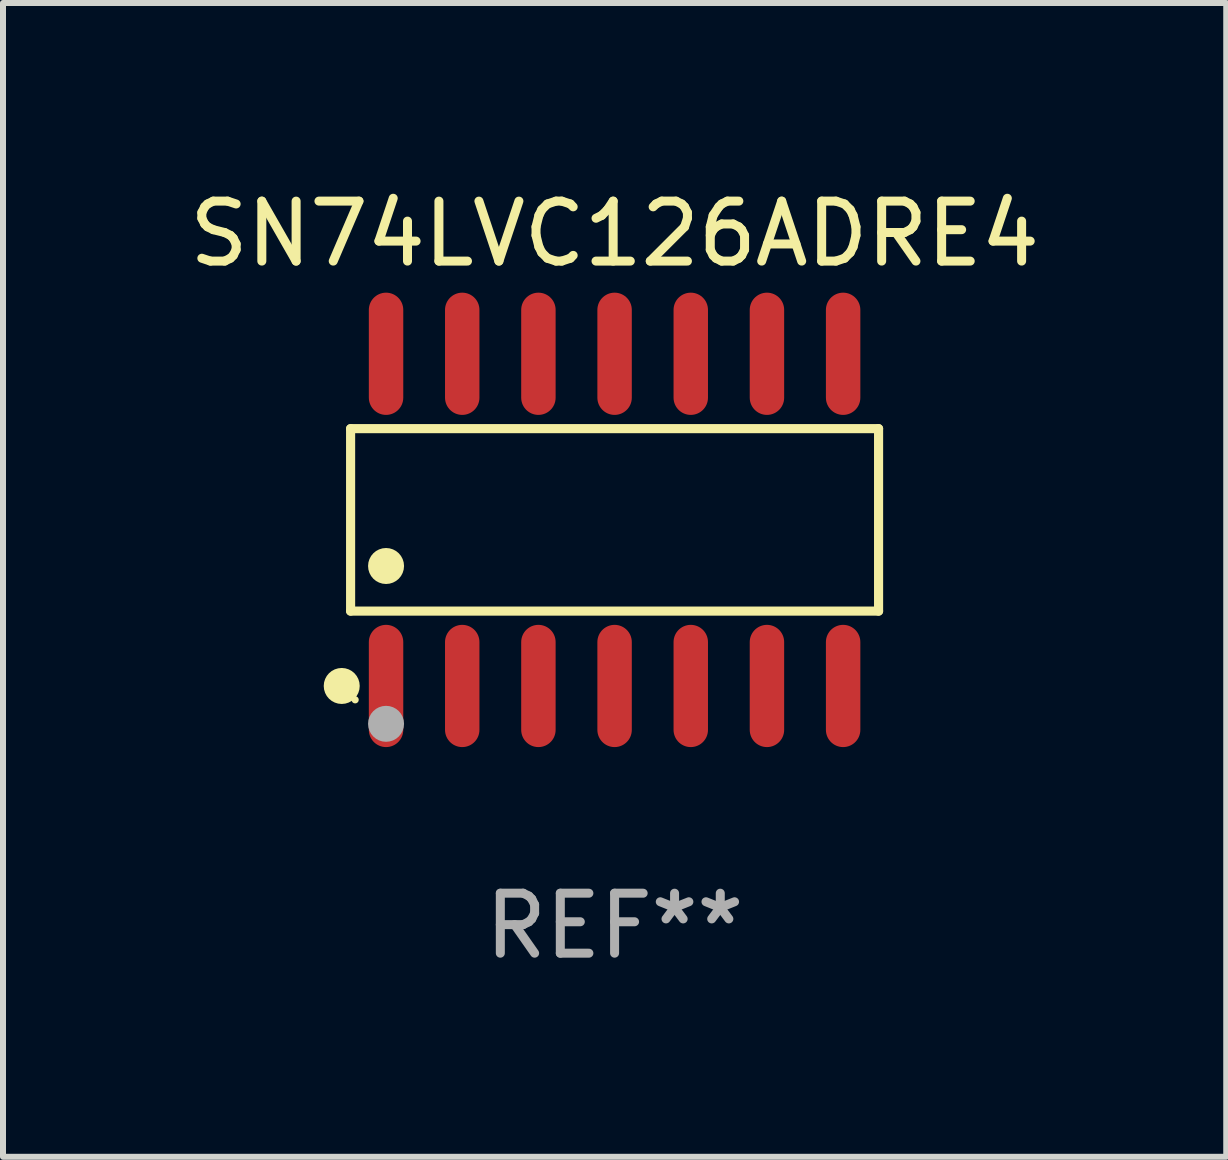
<source format=kicad_pcb>
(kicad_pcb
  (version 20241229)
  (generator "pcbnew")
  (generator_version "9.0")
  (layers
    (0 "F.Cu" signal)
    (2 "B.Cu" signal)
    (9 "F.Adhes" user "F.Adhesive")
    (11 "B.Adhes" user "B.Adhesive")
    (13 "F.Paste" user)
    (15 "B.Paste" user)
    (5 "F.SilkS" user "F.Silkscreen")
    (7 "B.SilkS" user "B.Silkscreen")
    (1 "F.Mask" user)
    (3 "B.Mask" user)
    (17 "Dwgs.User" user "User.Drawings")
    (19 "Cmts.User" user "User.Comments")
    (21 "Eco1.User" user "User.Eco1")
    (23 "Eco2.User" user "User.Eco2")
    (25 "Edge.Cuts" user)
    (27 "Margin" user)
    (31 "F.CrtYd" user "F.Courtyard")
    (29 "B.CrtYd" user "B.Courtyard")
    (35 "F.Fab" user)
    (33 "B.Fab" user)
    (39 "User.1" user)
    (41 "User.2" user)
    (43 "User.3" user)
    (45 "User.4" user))
  (footprint "SN74LVC126ADRE4"
    (layer "F.Cu")
    (at 7.196 5.617)
    (property "Reference" "SN74LVC126ADRE4" (at 0 -4.769 0) (layer "F.SilkS") (effects (font (size 1 1) (thickness 0.15))))
    (attr through_hole)
    (fp_line (start -4.401 -1.521) (end 4.401 -1.521) (stroke (width 0.152) (type solid)) (layer "F.SilkS"))
    (fp_line (start -4.401 1.521) (end -4.401 -1.521) (stroke (width 0.152) (type solid)) (layer "F.SilkS"))
    (fp_line (start 4.401 -1.521) (end 4.401 1.521) (stroke (width 0.152) (type solid)) (layer "F.SilkS"))
    (fp_line (start 4.401 1.521) (end -4.401 1.521) (stroke (width 0.152) (type solid)) (layer "F.SilkS"))
    (fp_circle (center -4.549 2.769) (end -4.399 2.769) (stroke (width 0.3) (type solid)) (fill no) (layer "F.SilkS"))
    (fp_circle (center -4.325 3) (end -4.295 3) (stroke (width 0.06) (type solid)) (fill no) (layer "F.SilkS"))
    (fp_circle (center -3.81 0.769) (end -3.66 0.769) (stroke (width 0.3) (type solid)) (fill no) (layer "F.SilkS"))
    (fp_circle (center -3.81 3.4) (end -3.66 3.4) (stroke (width 0.3) (type solid)) (fill no) (layer "F.Fab"))
    (fp_text user "REF**" (at 0 6.769 0) (layer "F.Fab") (effects (font (size 1 1) (thickness 0.15))))
    (pad "1" smd oval (at -3.81 2.769) (size 0.574 2.038) (layers "F.Cu" "F.Mask" "F.Paste"))
    (pad "2" smd oval (at -2.54 2.769) (size 0.574 2.038) (layers "F.Cu" "F.Mask" "F.Paste"))
    (pad "3" smd oval (at -1.27 2.769) (size 0.574 2.038) (layers "F.Cu" "F.Mask" "F.Paste"))
    (pad "4" smd oval (at 0 2.769) (size 0.574 2.038) (layers "F.Cu" "F.Mask" "F.Paste"))
    (pad "5" smd oval (at 1.27 2.769) (size 0.574 2.038) (layers "F.Cu" "F.Mask" "F.Paste"))
    (pad "6" smd oval (at 2.54 2.769) (size 0.574 2.038) (layers "F.Cu" "F.Mask" "F.Paste"))
    (pad "7" smd oval (at 3.81 2.769) (size 0.574 2.038) (layers "F.Cu" "F.Mask" "F.Paste"))
    (pad "8" smd oval (at 3.81 -2.769) (size 0.574 2.038) (layers "F.Cu" "F.Mask" "F.Paste"))
    (pad "9" smd oval (at 2.54 -2.769) (size 0.574 2.038) (layers "F.Cu" "F.Mask" "F.Paste"))
    (pad "10" smd oval (at 1.27 -2.769) (size 0.574 2.038) (layers "F.Cu" "F.Mask" "F.Paste"))
    (pad "11" smd oval (at 0 -2.769) (size 0.574 2.038) (layers "F.Cu" "F.Mask" "F.Paste"))
    (pad "12" smd oval (at -1.27 -2.769) (size 0.574 2.038) (layers "F.Cu" "F.Mask" "F.Paste"))
    (pad "13" smd oval (at -2.54 -2.769) (size 0.574 2.038) (layers "F.Cu" "F.Mask" "F.Paste"))
    (pad "14" smd oval (at -3.81 -2.769) (size 0.574 2.038) (layers "F.Cu" "F.Mask" "F.Paste")))
  (gr_rect
    (start -3 -3)
    (end 17.393 16.235)
    (stroke (width 0.1) (type default))
    (fill no)
    (layer "Edge.Cuts")))
</source>
